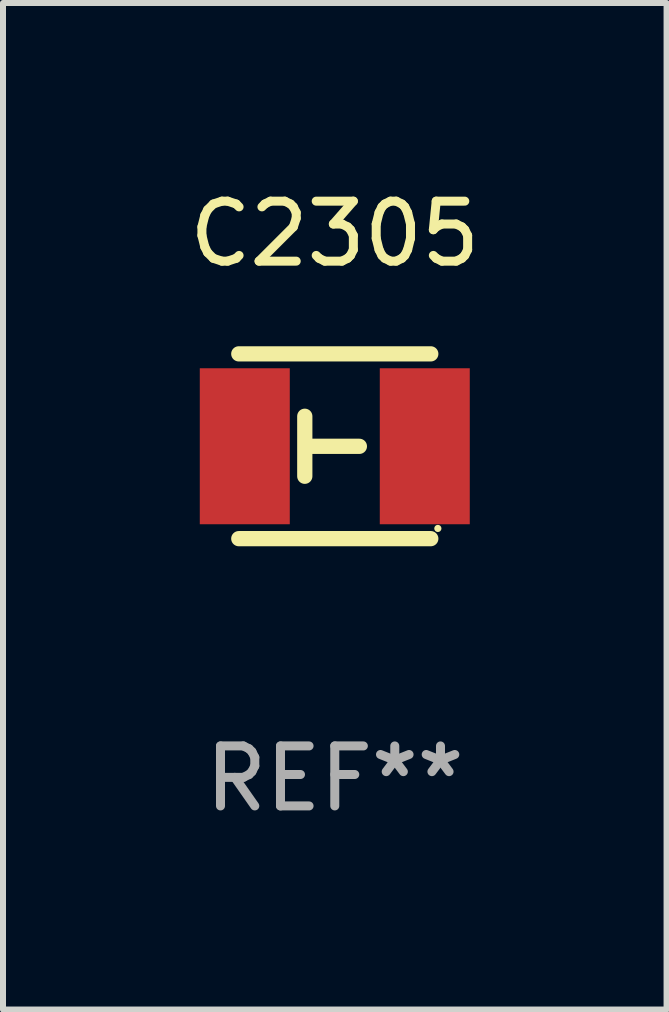
<source format=kicad_pcb>
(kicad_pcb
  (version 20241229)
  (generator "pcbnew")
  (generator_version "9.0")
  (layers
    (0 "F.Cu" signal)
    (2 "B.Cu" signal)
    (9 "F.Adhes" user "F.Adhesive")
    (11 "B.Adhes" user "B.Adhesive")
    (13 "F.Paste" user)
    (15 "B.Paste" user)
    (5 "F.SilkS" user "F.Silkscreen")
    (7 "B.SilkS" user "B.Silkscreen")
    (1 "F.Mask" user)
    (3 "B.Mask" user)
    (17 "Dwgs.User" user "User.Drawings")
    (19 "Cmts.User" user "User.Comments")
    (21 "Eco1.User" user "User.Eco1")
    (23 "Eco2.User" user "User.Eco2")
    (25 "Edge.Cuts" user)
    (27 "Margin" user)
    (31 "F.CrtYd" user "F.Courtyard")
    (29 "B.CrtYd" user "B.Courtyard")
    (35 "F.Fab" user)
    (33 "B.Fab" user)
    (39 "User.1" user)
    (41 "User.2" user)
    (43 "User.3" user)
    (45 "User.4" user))
  (footprint "C2305"
    (layer "F.Cu")
    (at 2.53 4.388)
    (property "Reference" "C2305" (at 0 -3.54 0) (layer "F.SilkS") (effects (font (size 1 1) (thickness 0.15))))
    (attr through_hole)
    (fp_line (start -0.5 -0.5) (end -0.5 0.5) (stroke (width 0.254) (type solid)) (layer "F.SilkS"))
    (fp_line (start 0.41 0.001) (end -0.43 0.001) (stroke (width 0.254) (type solid)) (layer "F.SilkS"))
    (fp_line (start 1.6 -1.54) (end -1.6 -1.54) (stroke (width 0.254) (type solid)) (layer "F.SilkS"))
    (fp_line (start 1.6 1.54) (end -1.6 1.54) (stroke (width 0.254) (type solid)) (layer "F.SilkS"))
    (fp_circle (center 1.718 1.37) (end 1.748 1.37) (stroke (width 0.06) (type solid)) (fill no) (layer "F.SilkS"))
    (fp_text user "REF**" (at 0 5.54 0) (layer "F.Fab") (effects (font (size 1 1) (thickness 0.15))))
    (pad "1" smd rect (at 1.5 0 180) (size 1.5 2.6) (layers "F.Cu" "F.Mask" "F.Paste"))
    (pad "2" smd rect (at -1.5 0 180) (size 1.5 2.6) (layers "F.Cu" "F.Mask" "F.Paste")))
  (gr_rect
    (start -3 -3)
    (end 8.06 13.777)
    (stroke (width 0.1) (type default))
    (fill no)
    (layer "Edge.Cuts")))
</source>
